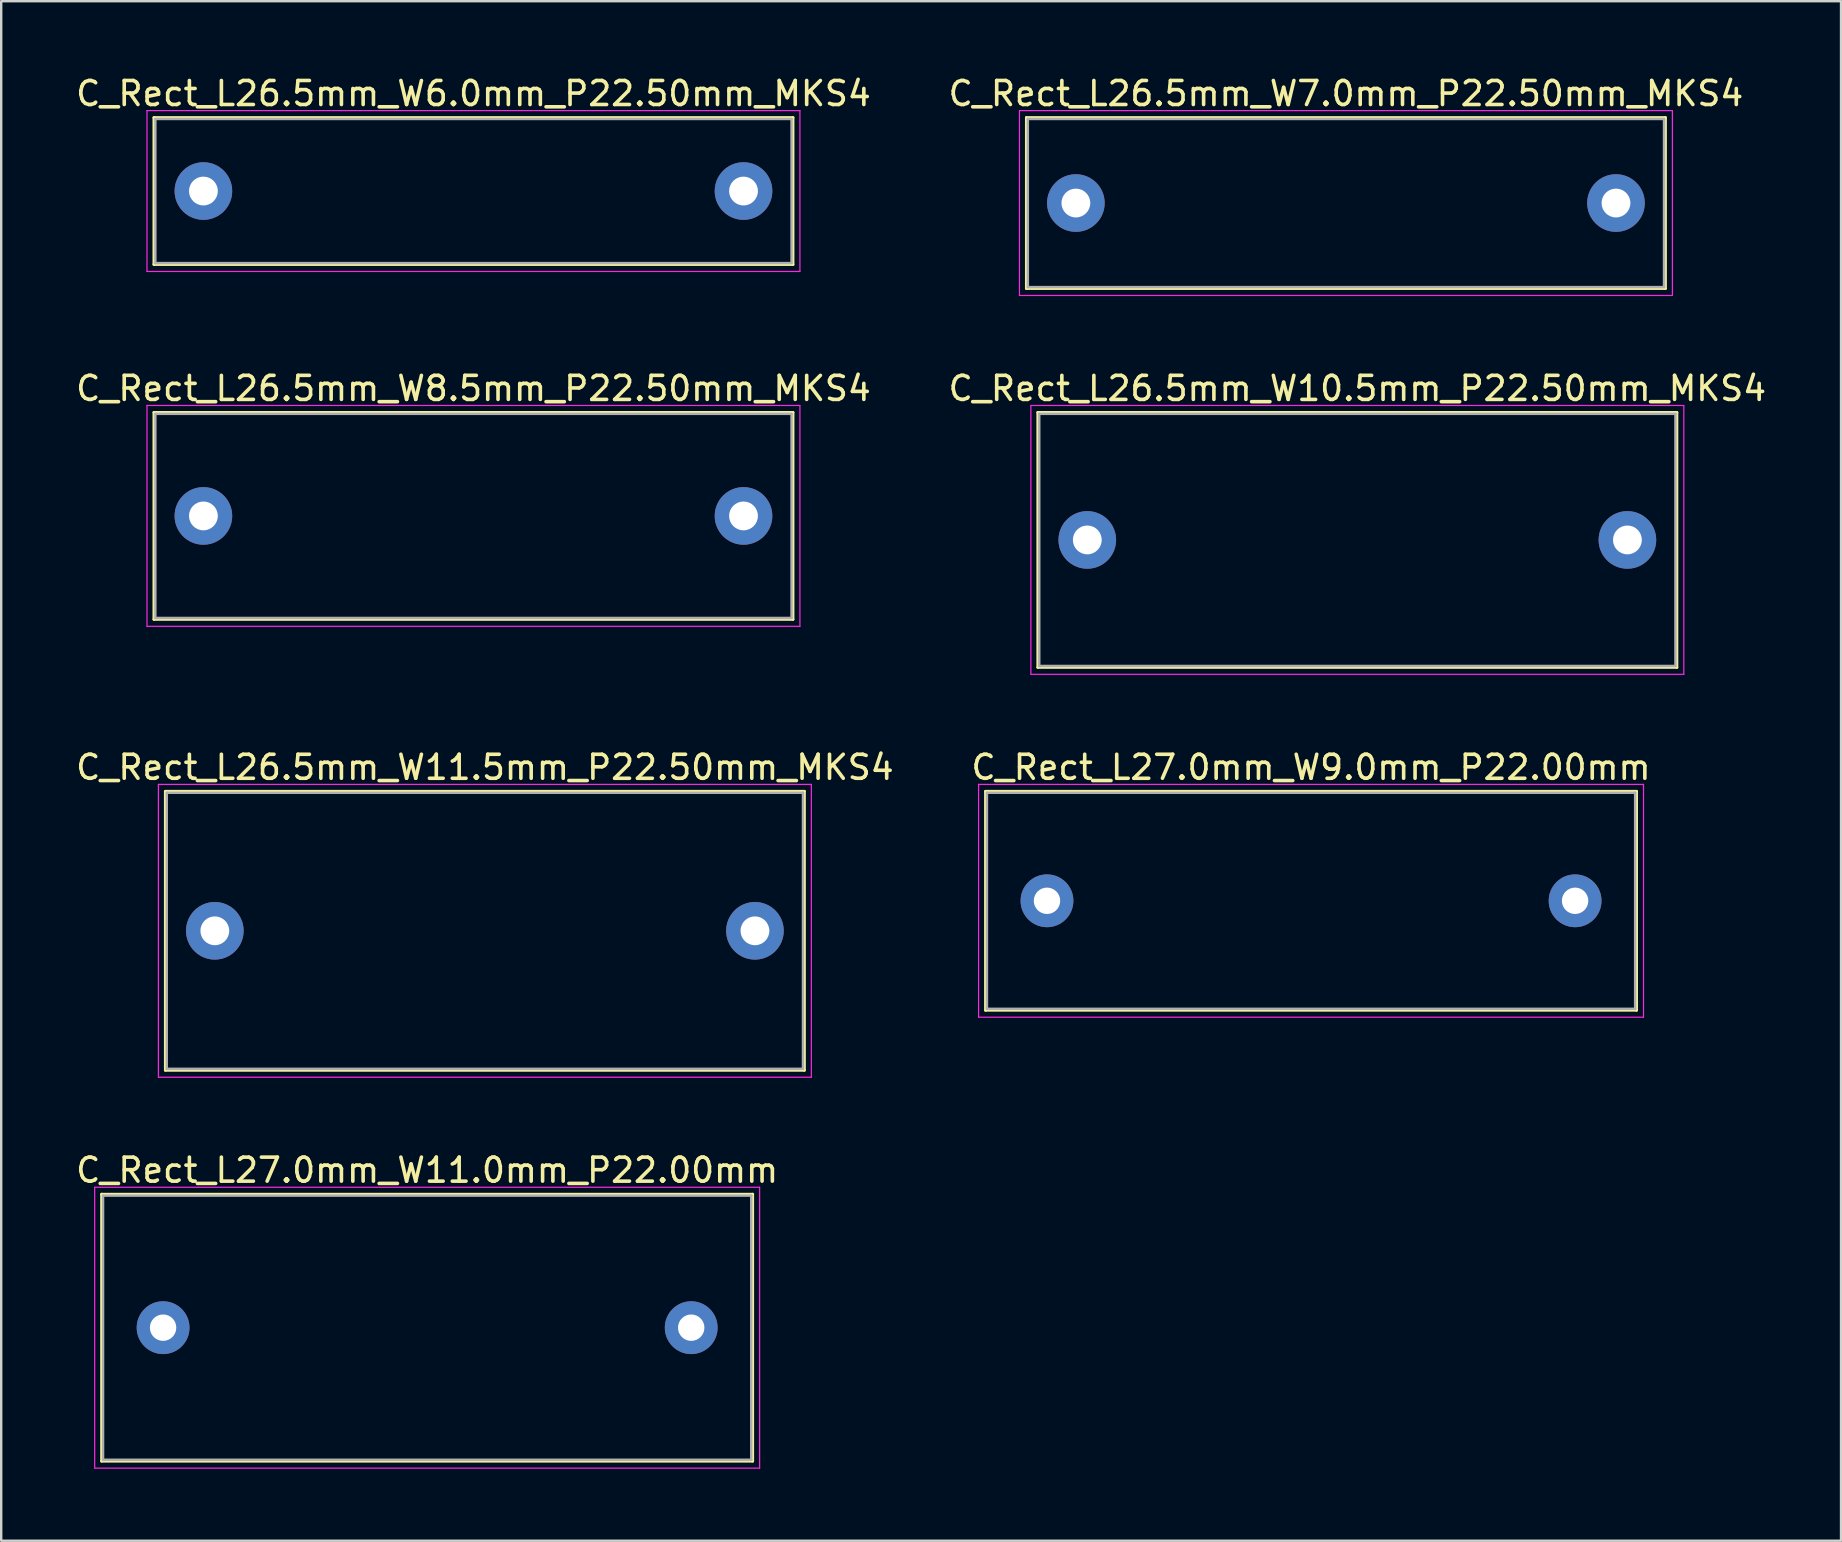
<source format=kicad_pcb>
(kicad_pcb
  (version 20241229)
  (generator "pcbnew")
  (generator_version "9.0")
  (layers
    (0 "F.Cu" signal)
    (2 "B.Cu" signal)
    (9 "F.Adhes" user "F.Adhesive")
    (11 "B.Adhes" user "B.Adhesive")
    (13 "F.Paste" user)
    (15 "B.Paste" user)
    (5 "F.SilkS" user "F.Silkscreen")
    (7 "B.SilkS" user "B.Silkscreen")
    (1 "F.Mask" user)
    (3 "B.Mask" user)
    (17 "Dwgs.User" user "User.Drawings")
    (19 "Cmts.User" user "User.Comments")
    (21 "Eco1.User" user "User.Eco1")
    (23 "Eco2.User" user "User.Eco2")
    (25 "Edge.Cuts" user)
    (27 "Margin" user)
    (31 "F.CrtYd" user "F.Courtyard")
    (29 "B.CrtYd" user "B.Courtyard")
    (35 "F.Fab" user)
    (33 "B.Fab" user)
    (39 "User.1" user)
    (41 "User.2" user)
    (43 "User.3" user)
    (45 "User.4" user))
  (footprint "C_Rect_L26.5mm_W10.5mm_P22.50mm_MKS4"
    (layer "F.Cu")
    (at 42.244 19.442)
    (property "Reference" "C_Rect_L26.5mm_W10.5mm_P22.50mm_MKS4" (at 11.25 -6.31 0) (layer "F.SilkS") (effects (font (size 1 1) (thickness 0.15))))
    (attr through_hole)
    (fp_line (start -2.06 -5.31) (end -2.06 5.31) (stroke (width 0.12) (type solid)) (layer "F.SilkS"))
    (fp_line (start -2.06 -5.31) (end 24.56 -5.31) (stroke (width 0.12) (type solid)) (layer "F.SilkS"))
    (fp_line (start -2.06 5.31) (end 24.56 5.31) (stroke (width 0.12) (type solid)) (layer "F.SilkS"))
    (fp_line (start 24.56 -5.31) (end 24.56 5.31) (stroke (width 0.12) (type solid)) (layer "F.SilkS"))
    (fp_line (start -2.35 -5.6) (end -2.35 5.6) (stroke (width 0.05) (type solid)) (layer "F.CrtYd"))
    (fp_line (start -2.35 5.6) (end 24.85 5.6) (stroke (width 0.05) (type solid)) (layer "F.CrtYd"))
    (fp_line (start 24.85 -5.6) (end -2.35 -5.6) (stroke (width 0.05) (type solid)) (layer "F.CrtYd"))
    (fp_line (start 24.85 5.6) (end 24.85 -5.6) (stroke (width 0.05) (type solid)) (layer "F.CrtYd"))
    (fp_line (start -2 -5.25) (end -2 5.25) (stroke (width 0.1) (type solid)) (layer "F.Fab"))
    (fp_line (start -2 5.25) (end 24.5 5.25) (stroke (width 0.1) (type solid)) (layer "F.Fab"))
    (fp_line (start 24.5 -5.25) (end -2 -5.25) (stroke (width 0.1) (type solid)) (layer "F.Fab"))
    (fp_line (start 24.5 5.25) (end 24.5 -5.25) (stroke (width 0.1) (type solid)) (layer "F.Fab"))
    (pad "1" thru_hole circle (at 0 0) (size 2.4 2.4) (drill 1.2) (layers "*.Cu" "*.Mask"))
    (pad "2" thru_hole circle (at 22.5 0) (size 2.4 2.4) (drill 1.2) (layers "*.Cu" "*.Mask")))
  (footprint "C_Rect_L26.5mm_W11.5mm_P22.50mm_MKS4"
    (layer "F.Cu")
    (at 5.899 35.725)
    (property "Reference" "C_Rect_L26.5mm_W11.5mm_P22.50mm_MKS4" (at 11.25 -6.81 0) (layer "F.SilkS") (effects (font (size 1 1) (thickness 0.15))))
    (attr through_hole)
    (fp_line (start -2.06 -5.81) (end -2.06 5.81) (stroke (width 0.12) (type solid)) (layer "F.SilkS"))
    (fp_line (start -2.06 -5.81) (end 24.56 -5.81) (stroke (width 0.12) (type solid)) (layer "F.SilkS"))
    (fp_line (start -2.06 5.81) (end 24.56 5.81) (stroke (width 0.12) (type solid)) (layer "F.SilkS"))
    (fp_line (start 24.56 -5.81) (end 24.56 5.81) (stroke (width 0.12) (type solid)) (layer "F.SilkS"))
    (fp_line (start -2.35 -6.1) (end -2.35 6.1) (stroke (width 0.05) (type solid)) (layer "F.CrtYd"))
    (fp_line (start -2.35 6.1) (end 24.85 6.1) (stroke (width 0.05) (type solid)) (layer "F.CrtYd"))
    (fp_line (start 24.85 -6.1) (end -2.35 -6.1) (stroke (width 0.05) (type solid)) (layer "F.CrtYd"))
    (fp_line (start 24.85 6.1) (end 24.85 -6.1) (stroke (width 0.05) (type solid)) (layer "F.CrtYd"))
    (fp_line (start -2 -5.75) (end -2 5.75) (stroke (width 0.1) (type solid)) (layer "F.Fab"))
    (fp_line (start -2 5.75) (end 24.5 5.75) (stroke (width 0.1) (type solid)) (layer "F.Fab"))
    (fp_line (start 24.5 -5.75) (end -2 -5.75) (stroke (width 0.1) (type solid)) (layer "F.Fab"))
    (fp_line (start 24.5 5.75) (end 24.5 -5.75) (stroke (width 0.1) (type solid)) (layer "F.Fab"))
    (pad "1" thru_hole circle (at 0 0) (size 2.4 2.4) (drill 1.2) (layers "*.Cu" "*.Mask"))
    (pad "2" thru_hole circle (at 22.5 0) (size 2.4 2.4) (drill 1.2) (layers "*.Cu" "*.Mask")))
  (footprint "C_Rect_L27.0mm_W11.0mm_P22.00mm"
    (layer "F.Cu")
    (at 3.744 52.258)
    (property "Reference" "C_Rect_L27.0mm_W11.0mm_P22.00mm" (at 11 -6.56 0) (layer "F.SilkS") (effects (font (size 1 1) (thickness 0.15))))
    (attr through_hole)
    (fp_line (start -2.56 -5.56) (end -2.56 5.56) (stroke (width 0.12) (type solid)) (layer "F.SilkS"))
    (fp_line (start -2.56 -5.56) (end 24.56 -5.56) (stroke (width 0.12) (type solid)) (layer "F.SilkS"))
    (fp_line (start -2.56 5.56) (end 24.56 5.56) (stroke (width 0.12) (type solid)) (layer "F.SilkS"))
    (fp_line (start 24.56 -5.56) (end 24.56 5.56) (stroke (width 0.12) (type solid)) (layer "F.SilkS"))
    (fp_line (start -2.85 -5.85) (end -2.85 5.85) (stroke (width 0.05) (type solid)) (layer "F.CrtYd"))
    (fp_line (start -2.85 5.85) (end 24.85 5.85) (stroke (width 0.05) (type solid)) (layer "F.CrtYd"))
    (fp_line (start 24.85 -5.85) (end -2.85 -5.85) (stroke (width 0.05) (type solid)) (layer "F.CrtYd"))
    (fp_line (start 24.85 5.85) (end 24.85 -5.85) (stroke (width 0.05) (type solid)) (layer "F.CrtYd"))
    (fp_line (start -2.5 -5.5) (end -2.5 5.5) (stroke (width 0.1) (type solid)) (layer "F.Fab"))
    (fp_line (start -2.5 5.5) (end 24.5 5.5) (stroke (width 0.1) (type solid)) (layer "F.Fab"))
    (fp_line (start 24.5 -5.5) (end -2.5 -5.5) (stroke (width 0.1) (type solid)) (layer "F.Fab"))
    (fp_line (start 24.5 5.5) (end 24.5 -5.5) (stroke (width 0.1) (type solid)) (layer "F.Fab"))
    (pad "1" thru_hole circle (at 0 0) (size 2.2 2.2) (drill 1.1) (layers "*.Cu" "*.Mask"))
    (pad "2" thru_hole circle (at 22 0) (size 2.2 2.2) (drill 1.1) (layers "*.Cu" "*.Mask")))
  (footprint "C_Rect_L27.0mm_W9.0mm_P22.00mm"
    (layer "F.Cu")
    (at 40.565 34.475)
    (property "Reference" "C_Rect_L27.0mm_W9.0mm_P22.00mm" (at 11 -5.56 0) (layer "F.SilkS") (effects (font (size 1 1) (thickness 0.15))))
    (attr through_hole)
    (fp_line (start -2.56 -4.56) (end -2.56 4.56) (stroke (width 0.12) (type solid)) (layer "F.SilkS"))
    (fp_line (start -2.56 -4.56) (end 24.56 -4.56) (stroke (width 0.12) (type solid)) (layer "F.SilkS"))
    (fp_line (start -2.56 4.56) (end 24.56 4.56) (stroke (width 0.12) (type solid)) (layer "F.SilkS"))
    (fp_line (start 24.56 -4.56) (end 24.56 4.56) (stroke (width 0.12) (type solid)) (layer "F.SilkS"))
    (fp_line (start -2.85 -4.85) (end -2.85 4.85) (stroke (width 0.05) (type solid)) (layer "F.CrtYd"))
    (fp_line (start -2.85 4.85) (end 24.85 4.85) (stroke (width 0.05) (type solid)) (layer "F.CrtYd"))
    (fp_line (start 24.85 -4.85) (end -2.85 -4.85) (stroke (width 0.05) (type solid)) (layer "F.CrtYd"))
    (fp_line (start 24.85 4.85) (end 24.85 -4.85) (stroke (width 0.05) (type solid)) (layer "F.CrtYd"))
    (fp_line (start -2.5 -4.5) (end -2.5 4.5) (stroke (width 0.1) (type solid)) (layer "F.Fab"))
    (fp_line (start -2.5 4.5) (end 24.5 4.5) (stroke (width 0.1) (type solid)) (layer "F.Fab"))
    (fp_line (start 24.5 -4.5) (end -2.5 -4.5) (stroke (width 0.1) (type solid)) (layer "F.Fab"))
    (fp_line (start 24.5 4.5) (end 24.5 -4.5) (stroke (width 0.1) (type solid)) (layer "F.Fab"))
    (pad "1" thru_hole circle (at 0 0) (size 2.2 2.2) (drill 1.1) (layers "*.Cu" "*.Mask"))
    (pad "2" thru_hole circle (at 22 0) (size 2.2 2.2) (drill 1.1) (layers "*.Cu" "*.Mask")))
  (footprint "C_Rect_L26.5mm_W7.0mm_P22.50mm_MKS4"
    (layer "F.Cu")
    (at 41.768 5.408)
    (property "Reference" "C_Rect_L26.5mm_W7.0mm_P22.50mm_MKS4" (at 11.25 -4.56 0) (layer "F.SilkS") (effects (font (size 1 1) (thickness 0.15))))
    (attr through_hole)
    (fp_line (start -2.06 -3.56) (end -2.06 3.56) (stroke (width 0.12) (type solid)) (layer "F.SilkS"))
    (fp_line (start -2.06 -3.56) (end 24.56 -3.56) (stroke (width 0.12) (type solid)) (layer "F.SilkS"))
    (fp_line (start -2.06 3.56) (end 24.56 3.56) (stroke (width 0.12) (type solid)) (layer "F.SilkS"))
    (fp_line (start 24.56 -3.56) (end 24.56 3.56) (stroke (width 0.12) (type solid)) (layer "F.SilkS"))
    (fp_line (start -2.35 -3.85) (end -2.35 3.85) (stroke (width 0.05) (type solid)) (layer "F.CrtYd"))
    (fp_line (start -2.35 3.85) (end 24.85 3.85) (stroke (width 0.05) (type solid)) (layer "F.CrtYd"))
    (fp_line (start 24.85 -3.85) (end -2.35 -3.85) (stroke (width 0.05) (type solid)) (layer "F.CrtYd"))
    (fp_line (start 24.85 3.85) (end 24.85 -3.85) (stroke (width 0.05) (type solid)) (layer "F.CrtYd"))
    (fp_line (start -2 -3.5) (end -2 3.5) (stroke (width 0.1) (type solid)) (layer "F.Fab"))
    (fp_line (start -2 3.5) (end 24.5 3.5) (stroke (width 0.1) (type solid)) (layer "F.Fab"))
    (fp_line (start 24.5 -3.5) (end -2 -3.5) (stroke (width 0.1) (type solid)) (layer "F.Fab"))
    (fp_line (start 24.5 3.5) (end 24.5 -3.5) (stroke (width 0.1) (type solid)) (layer "F.Fab"))
    (pad "1" thru_hole circle (at 0 0) (size 2.4 2.4) (drill 1.2) (layers "*.Cu" "*.Mask"))
    (pad "2" thru_hole circle (at 22.5 0) (size 2.4 2.4) (drill 1.2) (layers "*.Cu" "*.Mask")))
  (footprint "C_Rect_L26.5mm_W6.0mm_P22.50mm_MKS4"
    (layer "F.Cu")
    (at 5.423 4.908)
    (property "Reference" "C_Rect_L26.5mm_W6.0mm_P22.50mm_MKS4" (at 11.25 -4.06 0) (layer "F.SilkS") (effects (font (size 1 1) (thickness 0.15))))
    (attr through_hole)
    (fp_line (start -2.06 -3.06) (end -2.06 3.06) (stroke (width 0.12) (type solid)) (layer "F.SilkS"))
    (fp_line (start -2.06 -3.06) (end 24.56 -3.06) (stroke (width 0.12) (type solid)) (layer "F.SilkS"))
    (fp_line (start -2.06 3.06) (end 24.56 3.06) (stroke (width 0.12) (type solid)) (layer "F.SilkS"))
    (fp_line (start 24.56 -3.06) (end 24.56 3.06) (stroke (width 0.12) (type solid)) (layer "F.SilkS"))
    (fp_line (start -2.35 -3.35) (end -2.35 3.35) (stroke (width 0.05) (type solid)) (layer "F.CrtYd"))
    (fp_line (start -2.35 3.35) (end 24.85 3.35) (stroke (width 0.05) (type solid)) (layer "F.CrtYd"))
    (fp_line (start 24.85 -3.35) (end -2.35 -3.35) (stroke (width 0.05) (type solid)) (layer "F.CrtYd"))
    (fp_line (start 24.85 3.35) (end 24.85 -3.35) (stroke (width 0.05) (type solid)) (layer "F.CrtYd"))
    (fp_line (start -2 -3) (end -2 3) (stroke (width 0.1) (type solid)) (layer "F.Fab"))
    (fp_line (start -2 3) (end 24.5 3) (stroke (width 0.1) (type solid)) (layer "F.Fab"))
    (fp_line (start 24.5 -3) (end -2 -3) (stroke (width 0.1) (type solid)) (layer "F.Fab"))
    (fp_line (start 24.5 3) (end 24.5 -3) (stroke (width 0.1) (type solid)) (layer "F.Fab"))
    (pad "1" thru_hole circle (at 0 0) (size 2.4 2.4) (drill 1.2) (layers "*.Cu" "*.Mask"))
    (pad "2" thru_hole circle (at 22.5 0) (size 2.4 2.4) (drill 1.2) (layers "*.Cu" "*.Mask")))
  (footprint "C_Rect_L26.5mm_W8.5mm_P22.50mm_MKS4"
    (layer "F.Cu")
    (at 5.423 18.442)
    (property "Reference" "C_Rect_L26.5mm_W8.5mm_P22.50mm_MKS4" (at 11.25 -5.31 0) (layer "F.SilkS") (effects (font (size 1 1) (thickness 0.15))))
    (attr through_hole)
    (fp_line (start -2.06 -4.31) (end -2.06 4.31) (stroke (width 0.12) (type solid)) (layer "F.SilkS"))
    (fp_line (start -2.06 -4.31) (end 24.56 -4.31) (stroke (width 0.12) (type solid)) (layer "F.SilkS"))
    (fp_line (start -2.06 4.31) (end 24.56 4.31) (stroke (width 0.12) (type solid)) (layer "F.SilkS"))
    (fp_line (start 24.56 -4.31) (end 24.56 4.31) (stroke (width 0.12) (type solid)) (layer "F.SilkS"))
    (fp_line (start -2.35 -4.6) (end -2.35 4.6) (stroke (width 0.05) (type solid)) (layer "F.CrtYd"))
    (fp_line (start -2.35 4.6) (end 24.85 4.6) (stroke (width 0.05) (type solid)) (layer "F.CrtYd"))
    (fp_line (start 24.85 -4.6) (end -2.35 -4.6) (stroke (width 0.05) (type solid)) (layer "F.CrtYd"))
    (fp_line (start 24.85 4.6) (end 24.85 -4.6) (stroke (width 0.05) (type solid)) (layer "F.CrtYd"))
    (fp_line (start -2 -4.25) (end -2 4.25) (stroke (width 0.1) (type solid)) (layer "F.Fab"))
    (fp_line (start -2 4.25) (end 24.5 4.25) (stroke (width 0.1) (type solid)) (layer "F.Fab"))
    (fp_line (start 24.5 -4.25) (end -2 -4.25) (stroke (width 0.1) (type solid)) (layer "F.Fab"))
    (fp_line (start 24.5 4.25) (end 24.5 -4.25) (stroke (width 0.1) (type solid)) (layer "F.Fab"))
    (pad "1" thru_hole circle (at 0 0) (size 2.4 2.4) (drill 1.2) (layers "*.Cu" "*.Mask"))
    (pad "2" thru_hole circle (at 22.5 0) (size 2.4 2.4) (drill 1.2) (layers "*.Cu" "*.Mask")))
  (gr_rect
    (start -3 -3)
    (end 73.643 61.133)
    (stroke (width 0.1) (type default))
    (fill no)
    (layer "Edge.Cuts")))
</source>
